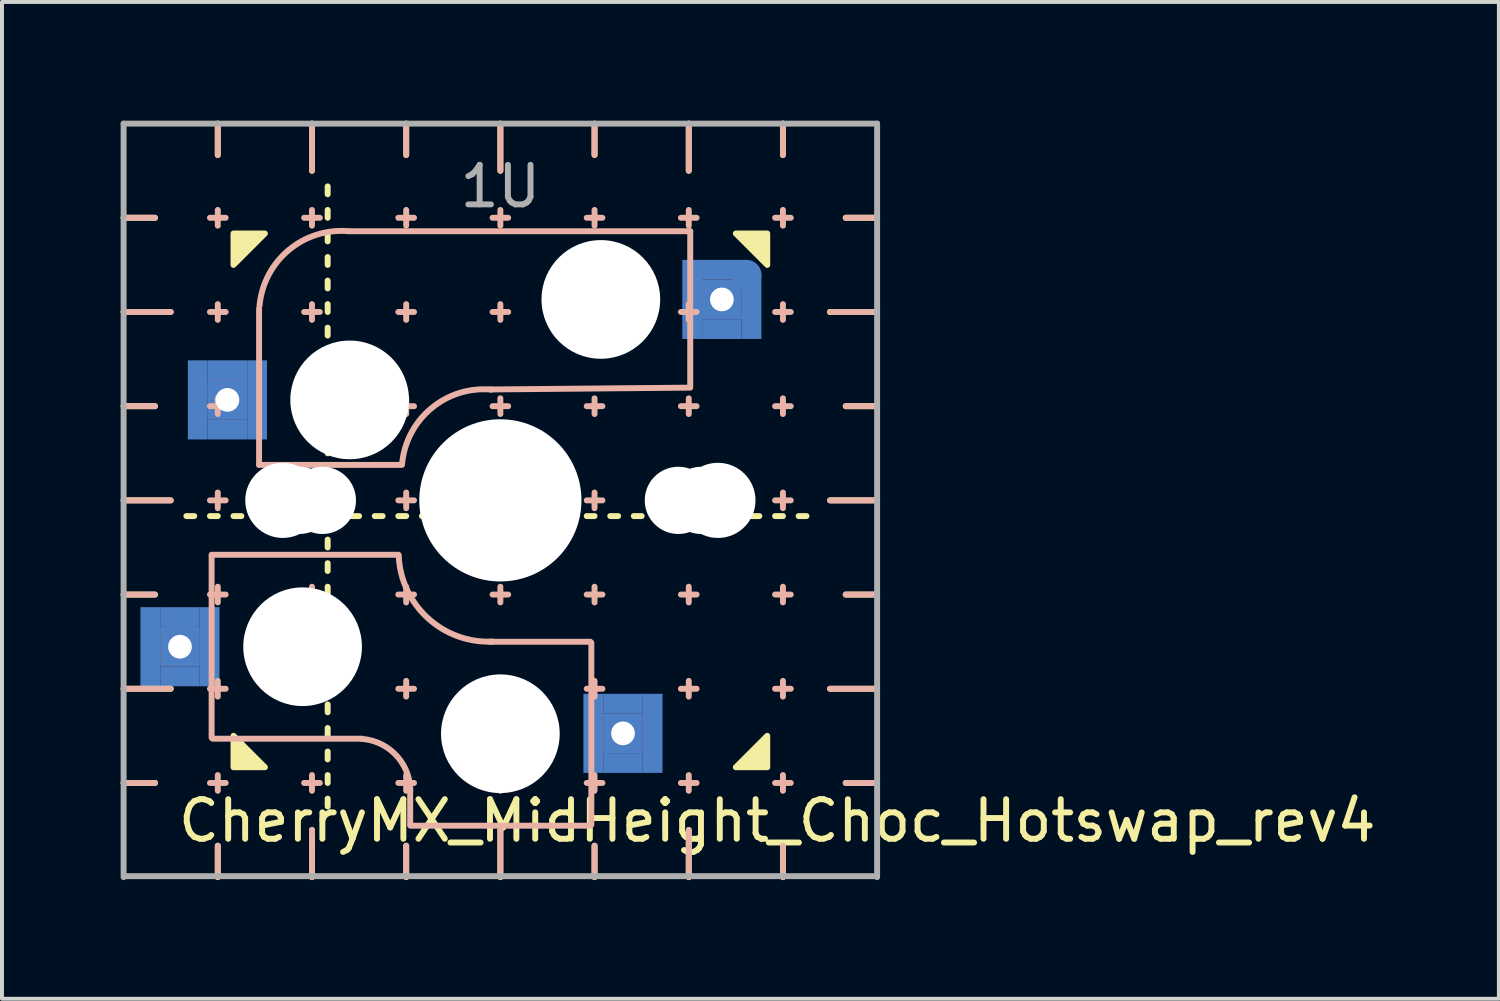
<source format=kicad_pcb>
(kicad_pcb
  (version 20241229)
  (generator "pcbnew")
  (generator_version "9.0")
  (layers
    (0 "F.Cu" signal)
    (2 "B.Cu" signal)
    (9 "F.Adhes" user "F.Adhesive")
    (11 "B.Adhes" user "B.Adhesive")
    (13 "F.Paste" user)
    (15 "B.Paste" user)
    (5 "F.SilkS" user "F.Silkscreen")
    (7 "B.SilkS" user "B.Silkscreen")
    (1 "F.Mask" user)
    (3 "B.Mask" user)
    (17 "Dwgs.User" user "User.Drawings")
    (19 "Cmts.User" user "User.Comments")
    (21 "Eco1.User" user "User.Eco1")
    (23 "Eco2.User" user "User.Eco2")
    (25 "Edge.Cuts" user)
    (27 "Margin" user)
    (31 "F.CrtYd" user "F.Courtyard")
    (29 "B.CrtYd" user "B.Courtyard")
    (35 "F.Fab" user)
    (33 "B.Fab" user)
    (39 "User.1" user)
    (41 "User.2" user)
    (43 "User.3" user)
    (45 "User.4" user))
  (footprint "CherryMX_MidHeight_Choc_Hotswap_rev4"
    (layer "F.Cu")
    (at 9.6 9.6)
    (property "Reference" "CherryMX_MidHeight_Choc_Hotswap_rev4" (at 7 8.1 0) (layer "F.SilkS") (effects (font (size 1 1) (thickness 0.15))))
    (attr through_hole)
    (fp_line (start -8.731 -7.144) (end -9.525 -7.144) (stroke (width 0.15) (type solid)) (layer "F.SilkS"))
    (fp_line (start -8.731 -2.381) (end -9.525 -2.381) (stroke (width 0.15) (type solid)) (layer "F.SilkS"))
    (fp_line (start -8.731 2.381) (end -9.525 2.381) (stroke (width 0.15) (type solid)) (layer "F.SilkS"))
    (fp_line (start -8.731 7.144) (end -9.525 7.144) (stroke (width 0.15) (type solid)) (layer "F.SilkS"))
    (fp_line (start -8.334 -4.763) (end -9.525 -4.763) (stroke (width 0.15) (type solid)) (layer "F.SilkS"))
    (fp_line (start -8.334 0) (end -9.525 0) (stroke (width 0.15) (type solid)) (layer "F.SilkS"))
    (fp_line (start -8.334 4.763) (end -9.525 4.763) (stroke (width 0.15) (type solid)) (layer "F.SilkS"))
    (fp_line (start -7.938 0.397) (end -7.739 0.397) (stroke (width 0.15) (type solid)) (layer "F.SilkS"))
    (fp_line (start -7.342 0.397) (end -7.144 0.397) (stroke (width 0.15) (type solid)) (layer "F.SilkS"))
    (fp_line (start -7.144 -8.731) (end -7.144 -9.525) (stroke (width 0.15) (type solid)) (layer "F.SilkS"))
    (fp_line (start -7.144 8.731) (end -7.144 9.525) (stroke (width 0.15) (type solid)) (layer "F.SilkS"))
    (fp_line (start -6.747 0.397) (end -6.548 0.397) (stroke (width 0.15) (type solid)) (layer "F.SilkS"))
    (fp_line (start -6.152 0.397) (end -5.953 0.397) (stroke (width 0.15) (type solid)) (layer "F.SilkS"))
    (fp_line (start -5.556 0.397) (end -5.358 0.397) (stroke (width 0.15) (type solid)) (layer "F.SilkS"))
    (fp_line (start -4.961 0.397) (end -4.763 0.397) (stroke (width 0.15) (type solid)) (layer "F.SilkS"))
    (fp_line (start -4.763 -8.334) (end -4.763 -9.525) (stroke (width 0.15) (type solid)) (layer "F.SilkS"))
    (fp_line (start -4.763 8.334) (end -4.763 9.525) (stroke (width 0.15) (type solid)) (layer "F.SilkS"))
    (fp_line (start -4.366 -7.938) (end -4.366 -7.739) (stroke (width 0.15) (type solid)) (layer "F.SilkS"))
    (fp_line (start -4.366 -7.342) (end -4.366 -7.144) (stroke (width 0.15) (type solid)) (layer "F.SilkS"))
    (fp_line (start -4.366 -6.747) (end -4.366 -6.548) (stroke (width 0.15) (type solid)) (layer "F.SilkS"))
    (fp_line (start -4.366 -6.152) (end -4.366 -5.953) (stroke (width 0.15) (type solid)) (layer "F.SilkS"))
    (fp_line (start -4.366 -5.556) (end -4.366 -5.358) (stroke (width 0.15) (type solid)) (layer "F.SilkS"))
    (fp_line (start -4.366 -4.961) (end -4.366 -4.763) (stroke (width 0.15) (type solid)) (layer "F.SilkS"))
    (fp_line (start -4.366 -4.366) (end -4.366 -4.167) (stroke (width 0.15) (type solid)) (layer "F.SilkS"))
    (fp_line (start -4.366 -3.77) (end -4.366 -3.572) (stroke (width 0.15) (type solid)) (layer "F.SilkS"))
    (fp_line (start -4.366 -3.175) (end -4.366 -2.977) (stroke (width 0.15) (type solid)) (layer "F.SilkS"))
    (fp_line (start -4.366 -2.58) (end -4.366 -2.381) (stroke (width 0.15) (type solid)) (layer "F.SilkS"))
    (fp_line (start -4.366 -1.984) (end -4.366 -1.786) (stroke (width 0.15) (type solid)) (layer "F.SilkS"))
    (fp_line (start -4.366 -1.389) (end -4.366 -1.191) (stroke (width 0.15) (type solid)) (layer "F.SilkS"))
    (fp_line (start -4.366 -0.794) (end -4.366 -0.595) (stroke (width 0.15) (type solid)) (layer "F.SilkS"))
    (fp_line (start -4.366 -0.198) (end -4.366 0) (stroke (width 0.15) (type solid)) (layer "F.SilkS"))
    (fp_line (start -4.366 0.397) (end -4.366 0.595) (stroke (width 0.15) (type solid)) (layer "F.SilkS"))
    (fp_line (start -4.366 0.397) (end -4.167 0.397) (stroke (width 0.15) (type solid)) (layer "F.SilkS"))
    (fp_line (start -4.366 0.992) (end -4.366 1.191) (stroke (width 0.15) (type solid)) (layer "F.SilkS"))
    (fp_line (start -4.366 1.588) (end -4.366 1.786) (stroke (width 0.15) (type solid)) (layer "F.SilkS"))
    (fp_line (start -4.366 2.183) (end -4.366 2.381) (stroke (width 0.15) (type solid)) (layer "F.SilkS"))
    (fp_line (start -4.366 2.778) (end -4.366 2.977) (stroke (width 0.15) (type solid)) (layer "F.SilkS"))
    (fp_line (start -4.366 3.373) (end -4.366 3.572) (stroke (width 0.15) (type solid)) (layer "F.SilkS"))
    (fp_line (start -4.366 3.969) (end -4.366 4.167) (stroke (width 0.15) (type solid)) (layer "F.SilkS"))
    (fp_line (start -4.366 4.564) (end -4.366 4.763) (stroke (width 0.15) (type solid)) (layer "F.SilkS"))
    (fp_line (start -4.366 5.159) (end -4.366 5.358) (stroke (width 0.15) (type solid)) (layer "F.SilkS"))
    (fp_line (start -4.366 5.755) (end -4.366 5.953) (stroke (width 0.15) (type solid)) (layer "F.SilkS"))
    (fp_line (start -4.366 6.35) (end -4.366 6.548) (stroke (width 0.15) (type solid)) (layer "F.SilkS"))
    (fp_line (start -4.366 6.945) (end -4.366 7.144) (stroke (width 0.15) (type solid)) (layer "F.SilkS"))
    (fp_line (start -4.366 7.541) (end -4.366 7.739) (stroke (width 0.15) (type solid)) (layer "F.SilkS"))
    (fp_line (start -3.77 0.397) (end -3.572 0.397) (stroke (width 0.15) (type solid)) (layer "F.SilkS"))
    (fp_line (start -3.175 0.397) (end -2.977 0.397) (stroke (width 0.15) (type solid)) (layer "F.SilkS"))
    (fp_line (start -2.58 0.397) (end -2.381 0.397) (stroke (width 0.15) (type solid)) (layer "F.SilkS"))
    (fp_line (start -2.381 -8.731) (end -2.381 -9.525) (stroke (width 0.15) (type solid)) (layer "F.SilkS"))
    (fp_line (start -2.381 8.731) (end -2.381 9.525) (stroke (width 0.15) (type solid)) (layer "F.SilkS"))
    (fp_line (start -1.984 0.397) (end -1.786 0.397) (stroke (width 0.15) (type solid)) (layer "F.SilkS"))
    (fp_line (start -1.389 0.397) (end -1.191 0.397) (stroke (width 0.15) (type solid)) (layer "F.SilkS"))
    (fp_line (start -0.794 0.397) (end -0.595 0.397) (stroke (width 0.15) (type solid)) (layer "F.SilkS"))
    (fp_line (start -0.198 0.397) (end 0 0.397) (stroke (width 0.15) (type solid)) (layer "F.SilkS"))
    (fp_line (start 0 -8.334) (end 0 -9.525) (stroke (width 0.15) (type solid)) (layer "F.SilkS"))
    (fp_line (start 0 8.334) (end 0 9.525) (stroke (width 0.15) (type solid)) (layer "F.SilkS"))
    (fp_line (start 0.397 0.397) (end 0.595 0.397) (stroke (width 0.15) (type solid)) (layer "F.SilkS"))
    (fp_line (start 0.992 0.397) (end 1.191 0.397) (stroke (width 0.15) (type solid)) (layer "F.SilkS"))
    (fp_line (start 1.588 0.397) (end 1.786 0.397) (stroke (width 0.15) (type solid)) (layer "F.SilkS"))
    (fp_line (start 2.183 0.397) (end 2.381 0.397) (stroke (width 0.15) (type solid)) (layer "F.SilkS"))
    (fp_line (start 2.381 -8.731) (end 2.381 -9.525) (stroke (width 0.15) (type solid)) (layer "F.SilkS"))
    (fp_line (start 2.381 8.731) (end 2.381 9.525) (stroke (width 0.15) (type solid)) (layer "F.SilkS"))
    (fp_line (start 2.778 0.397) (end 2.977 0.397) (stroke (width 0.15) (type solid)) (layer "F.SilkS"))
    (fp_line (start 3.373 0.397) (end 3.572 0.397) (stroke (width 0.15) (type solid)) (layer "F.SilkS"))
    (fp_line (start 3.969 0.397) (end 4.167 0.397) (stroke (width 0.15) (type solid)) (layer "F.SilkS"))
    (fp_line (start 4.564 0.397) (end 4.763 0.397) (stroke (width 0.15) (type solid)) (layer "F.SilkS"))
    (fp_line (start 4.763 -8.334) (end 4.763 -9.525) (stroke (width 0.15) (type solid)) (layer "F.SilkS"))
    (fp_line (start 4.763 8.334) (end 4.763 9.525) (stroke (width 0.15) (type solid)) (layer "F.SilkS"))
    (fp_line (start 5.159 0.397) (end 5.358 0.397) (stroke (width 0.15) (type solid)) (layer "F.SilkS"))
    (fp_line (start 5.755 0.397) (end 5.953 0.397) (stroke (width 0.15) (type solid)) (layer "F.SilkS"))
    (fp_line (start 6.35 0.397) (end 6.548 0.397) (stroke (width 0.15) (type solid)) (layer "F.SilkS"))
    (fp_line (start 6.945 0.397) (end 7.144 0.397) (stroke (width 0.15) (type solid)) (layer "F.SilkS"))
    (fp_line (start 7.144 -8.731) (end 7.144 -9.525) (stroke (width 0.15) (type solid)) (layer "F.SilkS"))
    (fp_line (start 7.144 8.731) (end 7.144 9.525) (stroke (width 0.15) (type solid)) (layer "F.SilkS"))
    (fp_line (start 7.541 0.397) (end 7.739 0.397) (stroke (width 0.15) (type solid)) (layer "F.SilkS"))
    (fp_line (start 8.334 -4.763) (end 9.525 -4.763) (stroke (width 0.15) (type solid)) (layer "F.SilkS"))
    (fp_line (start 8.334 0) (end 9.525 0) (stroke (width 0.15) (type solid)) (layer "F.SilkS"))
    (fp_line (start 8.334 4.763) (end 9.525 4.763) (stroke (width 0.15) (type solid)) (layer "F.SilkS"))
    (fp_line (start 8.731 -7.144) (end 9.525 -7.144) (stroke (width 0.15) (type solid)) (layer "F.SilkS"))
    (fp_line (start 8.731 -2.381) (end 9.525 -2.381) (stroke (width 0.15) (type solid)) (layer "F.SilkS"))
    (fp_line (start 8.731 2.381) (end 9.525 2.381) (stroke (width 0.15) (type solid)) (layer "F.SilkS"))
    (fp_line (start 8.731 7.144) (end 9.525 7.144) (stroke (width 0.15) (type solid)) (layer "F.SilkS"))
    (fp_poly (pts (xy -6.747 -5.953) (xy -5.953 -6.747) (xy -6.747 -6.747)) (stroke (width 0.15) (type solid)) (fill yes) (layer "F.SilkS"))
    (fp_poly (pts (xy -5.953 6.747) (xy -6.747 5.953) (xy -6.747 6.747)) (stroke (width 0.15) (type solid)) (fill yes) (layer "F.SilkS"))
    (fp_poly (pts (xy 5.953 -6.747) (xy 6.747 -5.953) (xy 6.747 -6.747)) (stroke (width 0.15) (type solid)) (fill yes) (layer "F.SilkS"))
    (fp_poly (pts (xy 6.747 5.953) (xy 5.953 6.747) (xy 6.747 6.747)) (stroke (width 0.15) (type solid)) (fill yes) (layer "F.SilkS"))
    (fp_line (start -8.731 -7.144) (end -9.525 -7.144) (stroke (width 0.15) (type solid)) (layer "B.SilkS"))
    (fp_line (start -8.731 -2.381) (end -9.525 -2.381) (stroke (width 0.15) (type solid)) (layer "B.SilkS"))
    (fp_line (start -8.731 2.381) (end -9.525 2.381) (stroke (width 0.15) (type solid)) (layer "B.SilkS"))
    (fp_line (start -8.731 7.144) (end -9.525 7.144) (stroke (width 0.15) (type solid)) (layer "B.SilkS"))
    (fp_line (start -8.334 -4.763) (end -9.525 -4.763) (stroke (width 0.15) (type solid)) (layer "B.SilkS"))
    (fp_line (start -8.334 0) (end -9.525 0) (stroke (width 0.15) (type solid)) (layer "B.SilkS"))
    (fp_line (start -8.334 4.763) (end -9.525 4.763) (stroke (width 0.15) (type solid)) (layer "B.SilkS"))
    (fp_line (start -7.342 -7.144) (end -6.945 -7.144) (stroke (width 0.15) (type solid)) (layer "B.SilkS"))
    (fp_line (start -7.342 -4.763) (end -6.945 -4.763) (stroke (width 0.15) (type solid)) (layer "B.SilkS"))
    (fp_line (start -7.342 -2.381) (end -6.945 -2.381) (stroke (width 0.15) (type solid)) (layer "B.SilkS"))
    (fp_line (start -7.342 0) (end -6.945 0) (stroke (width 0.15) (type solid)) (layer "B.SilkS"))
    (fp_line (start -7.342 2.381) (end -6.945 2.381) (stroke (width 0.15) (type solid)) (layer "B.SilkS"))
    (fp_line (start -7.342 4.763) (end -6.945 4.763) (stroke (width 0.15) (type solid)) (layer "B.SilkS"))
    (fp_line (start -7.342 7.144) (end -6.945 7.144) (stroke (width 0.15) (type solid)) (layer "B.SilkS"))
    (fp_line (start -7.3 1.4) (end -7.3 6) (stroke (width 0.15) (type solid)) (layer "B.SilkS"))
    (fp_line (start -7.144 -7.342) (end -7.144 -6.945) (stroke (width 0.15) (type solid)) (layer "B.SilkS"))
    (fp_line (start -7.144 -4.961) (end -7.144 -4.564) (stroke (width 0.15) (type solid)) (layer "B.SilkS"))
    (fp_line (start -7.144 -2.58) (end -7.144 -2.183) (stroke (width 0.15) (type solid)) (layer "B.SilkS"))
    (fp_line (start -7.144 -0.198) (end -7.144 0.198) (stroke (width 0.15) (type solid)) (layer "B.SilkS"))
    (fp_line (start -7.144 2.183) (end -7.144 2.58) (stroke (width 0.15) (type solid)) (layer "B.SilkS"))
    (fp_line (start -7.144 4.564) (end -7.144 4.961) (stroke (width 0.15) (type solid)) (layer "B.SilkS"))
    (fp_line (start -7.144 6.945) (end -7.144 7.342) (stroke (width 0.15) (type solid)) (layer "B.SilkS"))
    (fp_line (start -7.144 -8.731) (end -7.144 -9.525) (stroke (width 0.15) (type solid)) (layer "B.SilkS"))
    (fp_line (start -7.144 8.731) (end -7.144 9.525) (stroke (width 0.15) (type solid)) (layer "B.SilkS"))
    (fp_line (start -6.1 -4.85) (end -6.1 -0.905) (stroke (width 0.15) (type solid)) (layer "B.SilkS"))
    (fp_line (start -6.1 -0.896) (end -2.49 -0.896) (stroke (width 0.15) (type solid)) (layer "B.SilkS"))
    (fp_line (start -4.961 -7.144) (end -4.564 -7.144) (stroke (width 0.15) (type solid)) (layer "B.SilkS"))
    (fp_line (start -4.961 -4.763) (end -4.564 -4.763) (stroke (width 0.15) (type solid)) (layer "B.SilkS"))
    (fp_line (start -4.961 -2.381) (end -4.564 -2.381) (stroke (width 0.15) (type solid)) (layer "B.SilkS"))
    (fp_line (start -4.961 0) (end -4.564 0) (stroke (width 0.15) (type solid)) (layer "B.SilkS"))
    (fp_line (start -4.961 2.381) (end -4.564 2.381) (stroke (width 0.15) (type solid)) (layer "B.SilkS"))
    (fp_line (start -4.961 4.763) (end -4.564 4.763) (stroke (width 0.15) (type solid)) (layer "B.SilkS"))
    (fp_line (start -4.961 7.144) (end -4.564 7.144) (stroke (width 0.15) (type solid)) (layer "B.SilkS"))
    (fp_line (start -4.763 -7.342) (end -4.763 -6.945) (stroke (width 0.15) (type solid)) (layer "B.SilkS"))
    (fp_line (start -4.763 -4.961) (end -4.763 -4.564) (stroke (width 0.15) (type solid)) (layer "B.SilkS"))
    (fp_line (start -4.763 -2.58) (end -4.763 -2.183) (stroke (width 0.15) (type solid)) (layer "B.SilkS"))
    (fp_line (start -4.763 -0.198) (end -4.763 0.198) (stroke (width 0.15) (type solid)) (layer "B.SilkS"))
    (fp_line (start -4.763 2.183) (end -4.763 2.58) (stroke (width 0.15) (type solid)) (layer "B.SilkS"))
    (fp_line (start -4.763 4.564) (end -4.763 4.961) (stroke (width 0.15) (type solid)) (layer "B.SilkS"))
    (fp_line (start -4.763 6.945) (end -4.763 7.342) (stroke (width 0.15) (type solid)) (layer "B.SilkS"))
    (fp_line (start -4.763 -8.334) (end -4.763 -9.525) (stroke (width 0.15) (type solid)) (layer "B.SilkS"))
    (fp_line (start -4.763 8.334) (end -4.763 9.525) (stroke (width 0.15) (type solid)) (layer "B.SilkS"))
    (fp_line (start -3.5 6.025) (end -7.275 6.025) (stroke (width 0.15) (type solid)) (layer "B.SilkS"))
    (fp_line (start -2.58 -7.144) (end -2.183 -7.144) (stroke (width 0.15) (type solid)) (layer "B.SilkS"))
    (fp_line (start -2.58 -4.763) (end -2.183 -4.763) (stroke (width 0.15) (type solid)) (layer "B.SilkS"))
    (fp_line (start -2.58 -2.381) (end -2.183 -2.381) (stroke (width 0.15) (type solid)) (layer "B.SilkS"))
    (fp_line (start -2.58 0) (end -2.183 0) (stroke (width 0.15) (type solid)) (layer "B.SilkS"))
    (fp_line (start -2.58 2.381) (end -2.183 2.381) (stroke (width 0.15) (type solid)) (layer "B.SilkS"))
    (fp_line (start -2.58 4.763) (end -2.183 4.763) (stroke (width 0.15) (type solid)) (layer "B.SilkS"))
    (fp_line (start -2.58 7.144) (end -2.183 7.144) (stroke (width 0.15) (type solid)) (layer "B.SilkS"))
    (fp_line (start -2.575 1.375) (end -7.3 1.375) (stroke (width 0.15) (type solid)) (layer "B.SilkS"))
    (fp_line (start -2.381 -7.342) (end -2.381 -6.945) (stroke (width 0.15) (type solid)) (layer "B.SilkS"))
    (fp_line (start -2.381 -4.961) (end -2.381 -4.564) (stroke (width 0.15) (type solid)) (layer "B.SilkS"))
    (fp_line (start -2.381 -2.58) (end -2.381 -2.183) (stroke (width 0.15) (type solid)) (layer "B.SilkS"))
    (fp_line (start -2.381 -0.198) (end -2.381 0.198) (stroke (width 0.15) (type solid)) (layer "B.SilkS"))
    (fp_line (start -2.381 2.183) (end -2.381 2.58) (stroke (width 0.15) (type solid)) (layer "B.SilkS"))
    (fp_line (start -2.381 4.564) (end -2.381 4.961) (stroke (width 0.15) (type solid)) (layer "B.SilkS"))
    (fp_line (start -2.381 6.945) (end -2.381 7.342) (stroke (width 0.15) (type solid)) (layer "B.SilkS"))
    (fp_line (start -2.381 -8.731) (end -2.381 -9.525) (stroke (width 0.15) (type solid)) (layer "B.SilkS"))
    (fp_line (start -2.381 8.731) (end -2.381 9.525) (stroke (width 0.15) (type solid)) (layer "B.SilkS"))
    (fp_line (start -2.28 7.5) (end -2.28 8.2) (stroke (width 0.15) (type solid)) (layer "B.SilkS"))
    (fp_line (start -0.198 -7.144) (end 0.198 -7.144) (stroke (width 0.15) (type solid)) (layer "B.SilkS"))
    (fp_line (start -0.198 -4.763) (end 0.198 -4.763) (stroke (width 0.15) (type solid)) (layer "B.SilkS"))
    (fp_line (start -0.198 -2.381) (end 0.198 -2.381) (stroke (width 0.15) (type solid)) (layer "B.SilkS"))
    (fp_line (start -0.198 0) (end 0.198 0) (stroke (width 0.15) (type solid)) (layer "B.SilkS"))
    (fp_line (start -0.198 2.381) (end 0.198 2.381) (stroke (width 0.15) (type solid)) (layer "B.SilkS"))
    (fp_line (start -0.198 4.763) (end 0.198 4.763) (stroke (width 0.15) (type solid)) (layer "B.SilkS"))
    (fp_line (start -0.198 7.144) (end 0.198 7.144) (stroke (width 0.15) (type solid)) (layer "B.SilkS"))
    (fp_line (start 0 -8.334) (end 0 -9.525) (stroke (width 0.15) (type solid)) (layer "B.SilkS"))
    (fp_line (start 0 -7.342) (end 0 -6.945) (stroke (width 0.15) (type solid)) (layer "B.SilkS"))
    (fp_line (start 0 -4.961) (end 0 -4.564) (stroke (width 0.15) (type solid)) (layer "B.SilkS"))
    (fp_line (start 0 -2.58) (end 0 -2.183) (stroke (width 0.15) (type solid)) (layer "B.SilkS"))
    (fp_line (start 0 -0.198) (end 0 0.198) (stroke (width 0.15) (type solid)) (layer "B.SilkS"))
    (fp_line (start 0 2.183) (end 0 2.58) (stroke (width 0.15) (type solid)) (layer "B.SilkS"))
    (fp_line (start 0 4.564) (end 0 4.961) (stroke (width 0.15) (type solid)) (layer "B.SilkS"))
    (fp_line (start 0 6.945) (end 0 7.342) (stroke (width 0.15) (type solid)) (layer "B.SilkS"))
    (fp_line (start 0 8.334) (end 0 9.525) (stroke (width 0.15) (type solid)) (layer "B.SilkS"))
    (fp_line (start 2.183 -7.144) (end 2.58 -7.144) (stroke (width 0.15) (type solid)) (layer "B.SilkS"))
    (fp_line (start 2.183 -4.763) (end 2.58 -4.763) (stroke (width 0.15) (type solid)) (layer "B.SilkS"))
    (fp_line (start 2.183 -2.381) (end 2.58 -2.381) (stroke (width 0.15) (type solid)) (layer "B.SilkS"))
    (fp_line (start 2.183 0) (end 2.58 0) (stroke (width 0.15) (type solid)) (layer "B.SilkS"))
    (fp_line (start 2.183 2.381) (end 2.58 2.381) (stroke (width 0.15) (type solid)) (layer "B.SilkS"))
    (fp_line (start 2.183 4.763) (end 2.58 4.763) (stroke (width 0.15) (type solid)) (layer "B.SilkS"))
    (fp_line (start 2.183 7.144) (end 2.58 7.144) (stroke (width 0.15) (type solid)) (layer "B.SilkS"))
    (fp_line (start 2.275 3.575) (end -0.275 3.575) (stroke (width 0.15) (type solid)) (layer "B.SilkS"))
    (fp_line (start 2.275 8.225) (end -2.275 8.225) (stroke (width 0.15) (type solid)) (layer "B.SilkS"))
    (fp_line (start 2.3 3.6) (end 2.3 8.2) (stroke (width 0.15) (type solid)) (layer "B.SilkS"))
    (fp_line (start 2.381 -8.731) (end 2.381 -9.525) (stroke (width 0.15) (type solid)) (layer "B.SilkS"))
    (fp_line (start 2.381 8.731) (end 2.381 9.525) (stroke (width 0.15) (type solid)) (layer "B.SilkS"))
    (fp_line (start 2.381 -7.342) (end 2.381 -6.945) (stroke (width 0.15) (type solid)) (layer "B.SilkS"))
    (fp_line (start 2.381 -4.961) (end 2.381 -4.564) (stroke (width 0.15) (type solid)) (layer "B.SilkS"))
    (fp_line (start 2.381 -2.58) (end 2.381 -2.183) (stroke (width 0.15) (type solid)) (layer "B.SilkS"))
    (fp_line (start 2.381 -0.198) (end 2.381 0.198) (stroke (width 0.15) (type solid)) (layer "B.SilkS"))
    (fp_line (start 2.381 2.183) (end 2.381 2.58) (stroke (width 0.15) (type solid)) (layer "B.SilkS"))
    (fp_line (start 2.381 4.564) (end 2.381 4.961) (stroke (width 0.15) (type solid)) (layer "B.SilkS"))
    (fp_line (start 2.381 6.945) (end 2.381 7.342) (stroke (width 0.15) (type solid)) (layer "B.SilkS"))
    (fp_line (start 4.564 -7.144) (end 4.961 -7.144) (stroke (width 0.15) (type solid)) (layer "B.SilkS"))
    (fp_line (start 4.564 -4.763) (end 4.961 -4.763) (stroke (width 0.15) (type solid)) (layer "B.SilkS"))
    (fp_line (start 4.564 -2.381) (end 4.961 -2.381) (stroke (width 0.15) (type solid)) (layer "B.SilkS"))
    (fp_line (start 4.564 0) (end 4.961 0) (stroke (width 0.15) (type solid)) (layer "B.SilkS"))
    (fp_line (start 4.564 2.381) (end 4.961 2.381) (stroke (width 0.15) (type solid)) (layer "B.SilkS"))
    (fp_line (start 4.564 4.763) (end 4.961 4.763) (stroke (width 0.15) (type solid)) (layer "B.SilkS"))
    (fp_line (start 4.564 7.144) (end 4.961 7.144) (stroke (width 0.15) (type solid)) (layer "B.SilkS"))
    (fp_line (start 4.763 -8.334) (end 4.763 -9.525) (stroke (width 0.15) (type solid)) (layer "B.SilkS"))
    (fp_line (start 4.763 8.334) (end 4.763 9.525) (stroke (width 0.15) (type solid)) (layer "B.SilkS"))
    (fp_line (start 4.763 -7.342) (end 4.763 -6.945) (stroke (width 0.15) (type solid)) (layer "B.SilkS"))
    (fp_line (start 4.763 -4.961) (end 4.763 -4.564) (stroke (width 0.15) (type solid)) (layer "B.SilkS"))
    (fp_line (start 4.763 -2.58) (end 4.763 -2.183) (stroke (width 0.15) (type solid)) (layer "B.SilkS"))
    (fp_line (start 4.763 -0.198) (end 4.763 0.198) (stroke (width 0.15) (type solid)) (layer "B.SilkS"))
    (fp_line (start 4.763 2.183) (end 4.763 2.58) (stroke (width 0.15) (type solid)) (layer "B.SilkS"))
    (fp_line (start 4.763 4.564) (end 4.763 4.961) (stroke (width 0.15) (type solid)) (layer "B.SilkS"))
    (fp_line (start 4.763 6.945) (end 4.763 7.342) (stroke (width 0.15) (type solid)) (layer "B.SilkS"))
    (fp_line (start 4.8 -6.804) (end -3.825 -6.804) (stroke (width 0.15) (type solid)) (layer "B.SilkS"))
    (fp_line (start 4.8 -2.896) (end 4.8 -6.804) (stroke (width 0.15) (type solid)) (layer "B.SilkS"))
    (fp_line (start 4.8 -2.85) (end -0.25 -2.804) (stroke (width 0.15) (type solid)) (layer "B.SilkS"))
    (fp_line (start 6.945 -7.144) (end 7.342 -7.144) (stroke (width 0.15) (type solid)) (layer "B.SilkS"))
    (fp_line (start 6.945 -4.763) (end 7.342 -4.763) (stroke (width 0.15) (type solid)) (layer "B.SilkS"))
    (fp_line (start 6.945 -2.381) (end 7.342 -2.381) (stroke (width 0.15) (type solid)) (layer "B.SilkS"))
    (fp_line (start 6.945 0) (end 7.342 0) (stroke (width 0.15) (type solid)) (layer "B.SilkS"))
    (fp_line (start 6.945 2.381) (end 7.342 2.381) (stroke (width 0.15) (type solid)) (layer "B.SilkS"))
    (fp_line (start 6.945 4.763) (end 7.342 4.763) (stroke (width 0.15) (type solid)) (layer "B.SilkS"))
    (fp_line (start 6.945 7.144) (end 7.342 7.144) (stroke (width 0.15) (type solid)) (layer "B.SilkS"))
    (fp_line (start 7.144 -8.731) (end 7.144 -9.525) (stroke (width 0.15) (type solid)) (layer "B.SilkS"))
    (fp_line (start 7.144 8.731) (end 7.144 9.525) (stroke (width 0.15) (type solid)) (layer "B.SilkS"))
    (fp_line (start 7.144 -7.342) (end 7.144 -6.945) (stroke (width 0.15) (type solid)) (layer "B.SilkS"))
    (fp_line (start 7.144 -4.961) (end 7.144 -4.564) (stroke (width 0.15) (type solid)) (layer "B.SilkS"))
    (fp_line (start 7.144 -2.58) (end 7.144 -2.183) (stroke (width 0.15) (type solid)) (layer "B.SilkS"))
    (fp_line (start 7.144 -0.198) (end 7.144 0.198) (stroke (width 0.15) (type solid)) (layer "B.SilkS"))
    (fp_line (start 7.144 2.183) (end 7.144 2.58) (stroke (width 0.15) (type solid)) (layer "B.SilkS"))
    (fp_line (start 7.144 4.564) (end 7.144 4.961) (stroke (width 0.15) (type solid)) (layer "B.SilkS"))
    (fp_line (start 7.144 6.945) (end 7.144 7.342) (stroke (width 0.15) (type solid)) (layer "B.SilkS"))
    (fp_line (start 8.334 -4.763) (end 9.525 -4.763) (stroke (width 0.15) (type solid)) (layer "B.SilkS"))
    (fp_line (start 8.334 0) (end 9.525 0) (stroke (width 0.15) (type solid)) (layer "B.SilkS"))
    (fp_line (start 8.334 4.763) (end 9.525 4.763) (stroke (width 0.15) (type solid)) (layer "B.SilkS"))
    (fp_line (start 8.731 -7.144) (end 9.525 -7.144) (stroke (width 0.15) (type solid)) (layer "B.SilkS"))
    (fp_line (start 8.731 -2.381) (end 9.525 -2.381) (stroke (width 0.15) (type solid)) (layer "B.SilkS"))
    (fp_line (start 8.731 2.381) (end 9.525 2.381) (stroke (width 0.15) (type solid)) (layer "B.SilkS"))
    (fp_line (start 8.731 7.144) (end 9.525 7.144) (stroke (width 0.15) (type solid)) (layer "B.SilkS"))
    (fp_arc (start -6.089 -4.92) (mid -5.347189 -6.33089) (end -3.825 -6.804) (stroke (width 0.15) (type solid)) (layer "B.SilkS"))
    (fp_arc (start -3.5 6.03) (mid -2.595908 6.48733) (end -2.28 7.45) (stroke (width 0.15) (type solid)) (layer "B.SilkS"))
    (fp_arc (start -2.485 -0.92) (mid -1.744361 -2.328061) (end -0.225 -2.8) (stroke (width 0.15) (type solid)) (layer "B.SilkS"))
    (fp_arc (start -0.2 3.57) (mid -1.834422 2.975843) (end -2.57 1.4) (stroke (width 0.15) (type solid)) (layer "B.SilkS"))
    (fp_line (start -9.525 -9.525) (end 9.525 -9.525) (stroke (width 0.15) (type solid)) (layer "F.Fab"))
    (fp_line (start -9.525 9.525) (end -9.525 -9.525) (stroke (width 0.15) (type solid)) (layer "F.Fab"))
    (fp_line (start 9.5 9.5) (end -9.5 9.5) (stroke (width 0.15) (type solid)) (layer "F.Fab"))
    (fp_line (start 9.525 -9.525) (end 9.525 9.525) (stroke (width 0.15) (type solid)) (layer "F.Fab"))
    (fp_text user "1U" (at 0 -7.938 0) (layer "F.Fab") (effects (font (size 1 1) (thickness 0.15))))
    (pad "" np_thru_hole circle (at -5.5 0 90) (size 1.9 1.9) (drill 1.9) (layers "*.Cu" "*.Mask"))
    (pad "" np_thru_hole circle (at -5.08 0) (size 1.7 1.7) (drill 1.7) (layers "*.Cu" "*.Mask"))
    (pad "" np_thru_hole circle (at -5 3.7 90) (size 3 3) (drill 3) (layers "*.Cu" "*.Mask"))
    (pad "" np_thru_hole circle (at -4.5 0) (size 1.7 1.7) (drill 1.7) (layers "*.Cu" "*.Mask"))
    (pad "" np_thru_hole circle (at -3.81 -2.54 180) (size 3 3) (drill 3) (layers "*.Cu" "*.Mask"))
    (pad "" np_thru_hole circle (at 0 0 90) (size 4.1 4.1) (drill 4.1) (layers "*.Cu" "*.Mask"))
    (pad "" np_thru_hole circle (at 0 5.9 90) (size 3 3) (drill 3) (layers "*.Cu" "*.Mask"))
    (pad "" np_thru_hole circle (at 2.54 -5.08 180) (size 3 3) (drill 3) (layers "*.Cu" "*.Mask"))
    (pad "" np_thru_hole circle (at 4.5 0) (size 1.7 1.7) (drill 1.7) (layers "*.Cu" "*.Mask"))
    (pad "" np_thru_hole circle (at 5.08 0) (size 1.7 1.7) (drill 1.7) (layers "*.Cu" "*.Mask"))
    (pad "" np_thru_hole circle (at 5.5 0 90) (size 1.9 1.9) (drill 1.9) (layers "*.Cu" "*.Mask"))
    (pad "1" smd rect (at -8.85 3.7 180) (size 0.5 2) (layers "B.Cu" "B.Mask" "B.Paste"))
    (pad "1" smd rect (at -8.1 2.95 180) (size 1 0.5) (layers "B.Cu" "B.Mask" "B.Paste"))
    (pad "1" thru_hole rect (at -8.1 3.7) (size 1 1) (drill 0.6) (layers "*.Cu" "B.Mask"))
    (pad "1" smd rect (at -8.1 4.45 180) (size 1 0.5) (layers "B.Cu" "B.Mask" "B.Paste"))
    (pad "1" smd rect (at -7.65 -2.54 180) (size 0.5 2) (layers "B.Cu" "B.Mask" "B.Paste"))
    (pad "1" smd rect (at -7.35 3.7 180) (size 0.5 2) (layers "B.Cu" "B.Mask" "B.Paste"))
    (pad "1" smd rect (at -6.9 -3.29 180) (size 1 0.5) (layers "B.Cu" "B.Mask" "B.Paste"))
    (pad "1" thru_hole rect (at -6.9 -2.54) (size 1 1) (drill 0.6) (layers "*.Cu" "B.Mask"))
    (pad "1" smd rect (at -6.9 -1.79 180) (size 1 0.5) (layers "B.Cu" "B.Mask" "B.Paste"))
    (pad "1" smd rect (at -6.15 -2.54 180) (size 0.5 2) (layers "B.Cu" "B.Mask" "B.Paste"))
    (pad "2" smd rect (at 2.35 5.89 180) (size 0.5 2) (layers "B.Cu" "B.Mask" "B.Paste"))
    (pad "2" smd rect (at 3.1 5.14 180) (size 1 0.5) (layers "B.Cu" "B.Mask" "B.Paste"))
    (pad "2" thru_hole rect (at 3.1 5.89) (size 1 1) (drill 0.6) (layers "*.Cu" "B.Mask"))
    (pad "2" smd rect (at 3.1 6.64 180) (size 1 0.5) (layers "B.Cu" "B.Mask" "B.Paste"))
    (pad "2" smd rect (at 3.85 5.89 180) (size 0.5 2) (layers "B.Cu" "B.Mask" "B.Paste"))
    (pad "2" smd rect (at 4.85 -5.08 180) (size 0.5 2) (layers "B.Cu" "B.Mask" "B.Paste"))
    (pad "2" thru_hole rect (at 5.6 -5.08) (size 1 1) (drill 0.6) (layers "*.Cu" "B.Mask"))
    (pad "2" smd rect (at 5.6 -4.33 180) (size 1 0.5) (layers "B.Cu" "B.Mask" "B.Paste"))
    (pad "2" smd rect (at 5.661 -5.83 180) (size 1.125 0.5) (layers "B.Cu" "B.Mask" "B.Paste"))
    (pad "2" smd circle (at 6.225 -5.705 180) (size 0.75 0.75) (layers "B.Cu" "B.Mask" "B.Paste"))
    (pad "2" smd rect (at 6.35 -4.893 180) (size 0.5 1.625) (layers "B.Cu" "B.Mask" "B.Paste")))
  (gr_rect
    (start -3 -3)
    (end 34.844 22.2)
    (stroke (width 0.1) (type default))
    (fill no)
    (layer "Edge.Cuts")))
</source>
